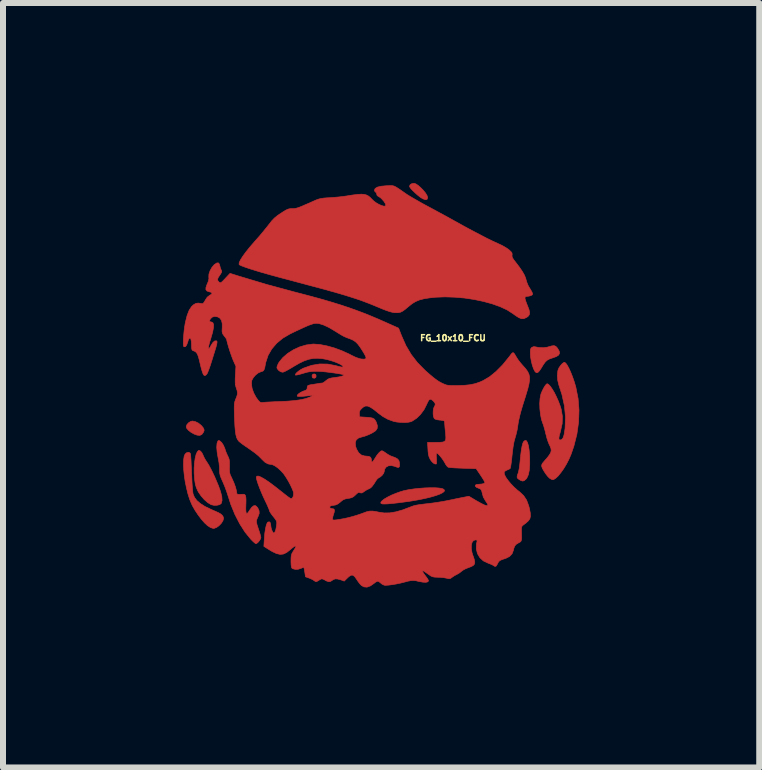
<source format=kicad_pcb>
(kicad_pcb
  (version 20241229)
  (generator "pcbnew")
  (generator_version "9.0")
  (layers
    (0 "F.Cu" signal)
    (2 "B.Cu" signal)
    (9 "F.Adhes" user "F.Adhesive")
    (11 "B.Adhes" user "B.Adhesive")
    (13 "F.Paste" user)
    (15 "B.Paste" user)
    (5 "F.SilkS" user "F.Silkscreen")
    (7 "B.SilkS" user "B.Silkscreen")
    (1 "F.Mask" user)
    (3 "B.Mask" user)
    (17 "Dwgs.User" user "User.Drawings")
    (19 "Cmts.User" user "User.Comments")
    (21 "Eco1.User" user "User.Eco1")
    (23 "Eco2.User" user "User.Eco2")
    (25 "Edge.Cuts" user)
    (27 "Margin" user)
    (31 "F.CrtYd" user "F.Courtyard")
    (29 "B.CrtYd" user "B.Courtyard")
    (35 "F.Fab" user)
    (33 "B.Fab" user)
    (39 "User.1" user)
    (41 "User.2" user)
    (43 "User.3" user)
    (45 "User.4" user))
  (footprint "FG_10x10_FCU"
    (layer "F.Cu")
    (at 3.254 4.437)
    (property "Reference" "FG_10x10_FCU" (at 1.245 -1.854 0) (layer "F.SilkS") (effects (font (size 0.1 0.1) (thickness 0.025))))
    (attr through_hole)
    (fp_poly (pts (xy -1.041 -1.244) (xy -1.035 -1.219) (xy -1.042 -1.193) (xy -1.064 -1.183) (xy -1.09 -1.188) (xy -1.1 -1.199) (xy -1.103 -1.231) (xy -1.088 -1.251) (xy -1.064 -1.255) (xy -1.041 -1.244)) (stroke (width 0.01) (type solid)) (fill yes) (layer "F.Cu"))
    (fp_poly (pts (xy -3.049 -0.46) (xy -2.998 -0.435) (xy -2.952 -0.399) (xy -2.921 -0.363) (xy -2.905 -0.333) (xy -2.902 -0.311) (xy -2.911 -0.287) (xy -2.914 -0.282) (xy -2.94 -0.246) (xy -2.975 -0.23) (xy -3.02 -0.235) (xy -3.067 -0.252) (xy -3.121 -0.282) (xy -3.164 -0.316) (xy -3.192 -0.349) (xy -3.2 -0.374) (xy -3.189 -0.409) (xy -3.161 -0.441) (xy -3.124 -0.464) (xy -3.095 -0.47) (xy -3.049 -0.46)) (stroke (width 0.01) (type solid)) (fill yes) (layer "F.Cu"))
    (fp_poly (pts (xy 0.625 -4.423) (xy 0.665 -4.397) (xy 0.708 -4.359) (xy 0.75 -4.316) (xy 0.787 -4.271) (xy 0.813 -4.229) (xy 0.823 -4.195) (xy 0.823 -4.189) (xy 0.813 -4.164) (xy 0.789 -4.158) (xy 0.75 -4.171) (xy 0.734 -4.179) (xy 0.699 -4.201) (xy 0.658 -4.234) (xy 0.615 -4.272) (xy 0.575 -4.31) (xy 0.543 -4.345) (xy 0.524 -4.372) (xy 0.521 -4.383) (xy 0.532 -4.408) (xy 0.56 -4.426) (xy 0.594 -4.432) (xy 0.625 -4.423)) (stroke (width 0.01) (type solid)) (fill yes) (layer "F.Cu"))
    (fp_poly (pts (xy 2.47 -0.141) (xy 2.488 -0.11) (xy 2.503 -0.058) (xy 2.515 0.017) (xy 2.523 0.111) (xy 2.524 0.134) (xy 2.525 0.251) (xy 2.518 0.348) (xy 2.502 0.425) (xy 2.477 0.48) (xy 2.463 0.498) (xy 2.433 0.524) (xy 2.407 0.531) (xy 2.375 0.521) (xy 2.353 0.508) (xy 2.325 0.488) (xy 2.314 0.466) (xy 2.318 0.436) (xy 2.331 0.401) (xy 2.34 0.369) (xy 2.35 0.319) (xy 2.358 0.259) (xy 2.363 0.212) (xy 2.374 0.101) (xy 2.385 0.014) (xy 2.397 -0.052) (xy 2.409 -0.098) (xy 2.423 -0.127) (xy 2.425 -0.13) (xy 2.449 -0.147) (xy 2.47 -0.141)) (stroke (width 0.01) (type solid)) (fill yes) (layer "F.Cu"))
    (fp_poly (pts (xy 0.945 0.642) (xy 1.013 0.647) (xy 1.063 0.655) (xy 1.083 0.663) (xy 1.104 0.681) (xy 1.101 0.701) (xy 1.076 0.723) (xy 1.031 0.746) (xy 0.967 0.77) (xy 0.887 0.794) (xy 0.79 0.818) (xy 0.681 0.841) (xy 0.559 0.862) (xy 0.426 0.881) (xy 0.318 0.895) (xy 0.226 0.905) (xy 0.157 0.911) (xy 0.107 0.913) (xy 0.073 0.912) (xy 0.053 0.907) (xy 0.043 0.899) (xy 0.045 0.88) (xy 0.068 0.855) (xy 0.107 0.826) (xy 0.161 0.795) (xy 0.224 0.764) (xy 0.294 0.735) (xy 0.367 0.709) (xy 0.427 0.691) (xy 0.503 0.675) (xy 0.59 0.662) (xy 0.682 0.652) (xy 0.775 0.645) (xy 0.864 0.642) (xy 0.945 0.642)) (stroke (width 0.01) (type solid)) (fill yes) (layer "F.Cu"))
    (fp_poly (pts (xy 2.959 -1.715) (xy 2.983 -1.69) (xy 2.99 -1.68) (xy 3.016 -1.635) (xy 3.022 -1.599) (xy 3.007 -1.57) (xy 2.97 -1.545) (xy 2.909 -1.523) (xy 2.894 -1.518) (xy 2.849 -1.502) (xy 2.812 -1.481) (xy 2.78 -1.449) (xy 2.747 -1.402) (xy 2.72 -1.357) (xy 2.687 -1.307) (xy 2.661 -1.28) (xy 2.639 -1.274) (xy 2.617 -1.289) (xy 2.611 -1.298) (xy 2.589 -1.34) (xy 2.568 -1.4) (xy 2.551 -1.468) (xy 2.539 -1.537) (xy 2.535 -1.59) (xy 2.535 -1.639) (xy 2.539 -1.669) (xy 2.549 -1.687) (xy 2.559 -1.697) (xy 2.589 -1.709) (xy 2.61 -1.708) (xy 2.679 -1.695) (xy 2.752 -1.692) (xy 2.819 -1.701) (xy 2.839 -1.707) (xy 2.893 -1.722) (xy 2.931 -1.726) (xy 2.959 -1.715)) (stroke (width 0.01) (type solid)) (fill yes) (layer "F.Cu"))
    (fp_poly (pts (xy -2.978 0.022) (xy -2.963 0.031) (xy -2.941 0.056) (xy -2.922 0.092) (xy -2.92 0.098) (xy -2.903 0.136) (xy -2.878 0.181) (xy -2.863 0.203) (xy -2.822 0.268) (xy -2.776 0.355) (xy -2.726 0.46) (xy -2.676 0.578) (xy -2.662 0.611) (xy -2.627 0.71) (xy -2.607 0.791) (xy -2.603 0.853) (xy -2.614 0.898) (xy -2.62 0.907) (xy -2.647 0.925) (xy -2.688 0.934) (xy -2.737 0.935) (xy -2.782 0.925) (xy -2.791 0.921) (xy -2.843 0.889) (xy -2.898 0.841) (xy -2.95 0.782) (xy -2.994 0.719) (xy -3.009 0.692) (xy -3.032 0.639) (xy -3.048 0.586) (xy -3.058 0.522) (xy -3.062 0.486) (xy -3.068 0.398) (xy -3.068 0.31) (xy -3.062 0.225) (xy -3.051 0.149) (xy -3.036 0.087) (xy -3.017 0.045) (xy -3.012 0.038) (xy -2.994 0.02) (xy -2.978 0.022)) (stroke (width 0.01) (type solid)) (fill yes) (layer "F.Cu"))
    (fp_poly (pts (xy -3.14 0.06) (xy -3.131 0.073) (xy -3.127 0.092) (xy -3.124 0.132) (xy -3.12 0.19) (xy -3.117 0.261) (xy -3.113 0.343) (xy -3.111 0.394) (xy -3.107 0.482) (xy -3.103 0.564) (xy -3.098 0.637) (xy -3.093 0.695) (xy -3.088 0.734) (xy -3.086 0.746) (xy -3.062 0.803) (xy -3.022 0.856) (xy -2.965 0.905) (xy -2.888 0.954) (xy -2.788 1.002) (xy -2.729 1.028) (xy -2.662 1.058) (xy -2.617 1.085) (xy -2.59 1.113) (xy -2.579 1.143) (xy -2.578 1.156) (xy -2.589 1.193) (xy -2.616 1.235) (xy -2.654 1.274) (xy -2.695 1.304) (xy -2.735 1.319) (xy -2.746 1.32) (xy -2.768 1.315) (xy -2.8 1.303) (xy -2.8 1.303) (xy -2.843 1.275) (xy -2.893 1.229) (xy -2.946 1.169) (xy -3 1.098) (xy -3.051 1.022) (xy -3.096 0.944) (xy -3.112 0.91) (xy -3.144 0.833) (xy -3.172 0.743) (xy -3.196 0.645) (xy -3.217 0.544) (xy -3.232 0.442) (xy -3.242 0.345) (xy -3.246 0.256) (xy -3.244 0.18) (xy -3.235 0.119) (xy -3.22 0.082) (xy -3.195 0.059) (xy -3.165 0.051) (xy -3.14 0.06)) (stroke (width 0.01) (type solid)) (fill yes) (layer "F.Cu"))
    (fp_poly (pts (xy -2.641 -0.139) (xy -2.61 -0.112) (xy -2.58 -0.066) (xy -2.556 -0.01) (xy -2.551 0.006) (xy -2.537 0.048) (xy -2.516 0.096) (xy -2.507 0.114) (xy -2.492 0.147) (xy -2.483 0.178) (xy -2.479 0.217) (xy -2.479 0.27) (xy -2.479 0.287) (xy -2.48 0.344) (xy -2.477 0.384) (xy -2.47 0.417) (xy -2.455 0.451) (xy -2.443 0.476) (xy -2.408 0.553) (xy -2.38 0.628) (xy -2.363 0.694) (xy -2.36 0.718) (xy -2.356 0.74) (xy -2.347 0.75) (xy -2.326 0.753) (xy -2.289 0.752) (xy -2.25 0.75) (xy -2.228 0.754) (xy -2.216 0.767) (xy -2.211 0.779) (xy -2.206 0.806) (xy -2.204 0.85) (xy -2.205 0.903) (xy -2.206 0.924) (xy -2.208 0.985) (xy -2.206 1.032) (xy -2.201 1.06) (xy -2.2 1.061) (xy -2.192 1.071) (xy -2.181 1.068) (xy -2.165 1.049) (xy -2.141 1.012) (xy -2.105 0.964) (xy -2.073 0.941) (xy -2.044 0.941) (xy -2.017 0.966) (xy -2.006 0.981) (xy -1.986 1.027) (xy -1.984 1.07) (xy -2.002 1.12) (xy -2.007 1.13) (xy -2.021 1.162) (xy -2.029 1.189) (xy -2.029 1.218) (xy -2.021 1.256) (xy -2.004 1.308) (xy -1.994 1.338) (xy -1.977 1.389) (xy -1.964 1.434) (xy -1.957 1.465) (xy -1.956 1.472) (xy -1.964 1.498) (xy -1.984 1.529) (xy -2.008 1.557) (xy -2.031 1.573) (xy -2.038 1.575) (xy -2.054 1.566) (xy -2.081 1.543) (xy -2.115 1.509) (xy -2.125 1.499) (xy -2.22 1.382) (xy -2.308 1.244) (xy -2.388 1.089) (xy -2.457 0.921) (xy -2.502 0.781) (xy -2.525 0.71) (xy -2.553 0.633) (xy -2.583 0.561) (xy -2.593 0.538) (xy -2.618 0.482) (xy -2.634 0.439) (xy -2.642 0.402) (xy -2.645 0.362) (xy -2.645 0.343) (xy -2.647 0.29) (xy -2.654 0.225) (xy -2.665 0.161) (xy -2.668 0.149) (xy -2.685 0.051) (xy -2.692 -0.032) (xy -2.687 -0.096) (xy -2.68 -0.12) (xy -2.668 -0.143) (xy -2.653 -0.145) (xy -2.641 -0.139)) (stroke (width 0.01) (type solid)) (fill yes) (layer "F.Cu"))
    (fp_poly (pts (xy 3.124 -1.436) (xy 3.148 -1.403) (xy 3.176 -1.353) (xy 3.206 -1.288) (xy 3.236 -1.213) (xy 3.265 -1.13) (xy 3.291 -1.043) (xy 3.295 -1.026) (xy 3.331 -0.842) (xy 3.346 -0.649) (xy 3.339 -0.451) (xy 3.311 -0.251) (xy 3.261 -0.053) (xy 3.214 0.084) (xy 3.179 0.166) (xy 3.138 0.246) (xy 3.093 0.321) (xy 3.046 0.387) (xy 3.001 0.443) (xy 2.959 0.483) (xy 2.924 0.505) (xy 2.909 0.508) (xy 2.883 0.5) (xy 2.855 0.483) (xy 2.826 0.454) (xy 2.792 0.411) (xy 2.761 0.363) (xy 2.736 0.319) (xy 2.725 0.289) (xy 2.724 0.264) (xy 2.734 0.239) (xy 2.76 0.207) (xy 2.766 0.2) (xy 2.818 0.14) (xy 2.854 0.093) (xy 2.875 0.055) (xy 2.883 0.021) (xy 2.878 -0.014) (xy 2.862 -0.054) (xy 2.85 -0.078) (xy 2.832 -0.121) (xy 2.813 -0.178) (xy 2.797 -0.24) (xy 2.792 -0.258) (xy 2.778 -0.317) (xy 2.762 -0.374) (xy 2.748 -0.418) (xy 2.743 -0.429) (xy 2.72 -0.497) (xy 2.704 -0.581) (xy 2.694 -0.672) (xy 2.691 -0.763) (xy 2.697 -0.846) (xy 2.71 -0.914) (xy 2.712 -0.921) (xy 2.731 -0.967) (xy 2.754 -1.014) (xy 2.778 -1.054) (xy 2.8 -1.082) (xy 2.815 -1.092) (xy 2.838 -1.081) (xy 2.868 -1.049) (xy 2.901 -1.001) (xy 2.937 -0.941) (xy 2.971 -0.871) (xy 3.004 -0.797) (xy 3.032 -0.722) (xy 3.049 -0.667) (xy 3.069 -0.549) (xy 3.066 -0.428) (xy 3.038 -0.301) (xy 3.036 -0.292) (xy 3.018 -0.23) (xy 3.011 -0.188) (xy 3.013 -0.164) (xy 3.026 -0.154) (xy 3.038 -0.155) (xy 3.062 -0.165) (xy 3.081 -0.191) (xy 3.096 -0.236) (xy 3.107 -0.301) (xy 3.114 -0.351) (xy 3.121 -0.532) (xy 3.104 -0.719) (xy 3.062 -0.91) (xy 3.011 -1.067) (xy 2.992 -1.144) (xy 2.985 -1.227) (xy 2.993 -1.304) (xy 2.997 -1.321) (xy 3.013 -1.358) (xy 3.039 -1.395) (xy 3.067 -1.427) (xy 3.094 -1.446) (xy 3.104 -1.448) (xy 3.124 -1.436)) (stroke (width 0.01) (type solid)) (fill yes) (layer "F.Cu"))
    (fp_poly (pts (xy 0.239 -4.392) (xy 0.264 -4.386) (xy 0.291 -4.373) (xy 0.325 -4.352) (xy 0.37 -4.322) (xy 0.43 -4.28) (xy 0.461 -4.258) (xy 0.501 -4.232) (xy 0.559 -4.197) (xy 0.629 -4.157) (xy 0.707 -4.112) (xy 0.789 -4.067) (xy 0.821 -4.05) (xy 0.914 -4) (xy 1.015 -3.945) (xy 1.117 -3.89) (xy 1.213 -3.837) (xy 1.294 -3.792) (xy 1.302 -3.788) (xy 1.436 -3.713) (xy 1.567 -3.643) (xy 1.691 -3.578) (xy 1.804 -3.519) (xy 1.904 -3.47) (xy 1.987 -3.432) (xy 2.011 -3.421) (xy 2.068 -3.394) (xy 2.124 -3.362) (xy 2.169 -3.332) (xy 2.18 -3.323) (xy 2.213 -3.292) (xy 2.229 -3.27) (xy 2.232 -3.248) (xy 2.23 -3.237) (xy 2.23 -3.214) (xy 2.238 -3.19) (xy 2.259 -3.157) (xy 2.287 -3.121) (xy 2.354 -3.033) (xy 2.404 -2.959) (xy 2.439 -2.897) (xy 2.459 -2.845) (xy 2.463 -2.828) (xy 2.478 -2.778) (xy 2.499 -2.728) (xy 2.508 -2.711) (xy 2.54 -2.659) (xy 2.56 -2.623) (xy 2.57 -2.6) (xy 2.573 -2.586) (xy 2.569 -2.577) (xy 2.565 -2.572) (xy 2.544 -2.56) (xy 2.509 -2.551) (xy 2.498 -2.55) (xy 2.464 -2.546) (xy 2.449 -2.537) (xy 2.446 -2.519) (xy 2.446 -2.515) (xy 2.452 -2.488) (xy 2.466 -2.447) (xy 2.485 -2.398) (xy 2.49 -2.386) (xy 2.514 -2.323) (xy 2.523 -2.275) (xy 2.517 -2.24) (xy 2.495 -2.212) (xy 2.473 -2.197) (xy 2.427 -2.176) (xy 2.385 -2.176) (xy 2.343 -2.193) (xy 2.312 -2.212) (xy 2.271 -2.24) (xy 2.241 -2.262) (xy 2.147 -2.322) (xy 2.031 -2.376) (xy 1.899 -2.423) (xy 1.753 -2.463) (xy 1.597 -2.496) (xy 1.436 -2.52) (xy 1.273 -2.534) (xy 1.111 -2.539) (xy 0.955 -2.533) (xy 0.86 -2.523) (xy 0.764 -2.508) (xy 0.687 -2.488) (xy 0.622 -2.461) (xy 0.562 -2.424) (xy 0.502 -2.376) (xy 0.447 -2.33) (xy 0.405 -2.3) (xy 0.367 -2.282) (xy 0.329 -2.275) (xy 0.284 -2.276) (xy 0.273 -2.276) (xy 0.235 -2.282) (xy 0.189 -2.294) (xy 0.133 -2.313) (xy 0.061 -2.341) (xy -0.013 -2.372) (xy -0.085 -2.402) (xy -0.155 -2.43) (xy -0.226 -2.457) (xy -0.298 -2.484) (xy -0.376 -2.51) (xy -0.46 -2.537) (xy -0.553 -2.566) (xy -0.657 -2.597) (xy -0.774 -2.63) (xy -0.906 -2.667) (xy -1.056 -2.707) (xy -1.225 -2.752) (xy -1.415 -2.803) (xy -1.505 -2.827) (xy -1.66 -2.868) (xy -1.802 -2.907) (xy -1.93 -2.943) (xy -2.043 -2.977) (xy -2.139 -3.007) (xy -2.216 -3.033) (xy -2.273 -3.054) (xy -2.308 -3.07) (xy -2.319 -3.079) (xy -2.318 -3.107) (xy -2.298 -3.152) (xy -2.261 -3.211) (xy -2.209 -3.283) (xy -2.14 -3.369) (xy -2.057 -3.465) (xy -2.033 -3.492) (xy -1.979 -3.553) (xy -1.923 -3.62) (xy -1.871 -3.684) (xy -1.829 -3.737) (xy -1.822 -3.746) (xy -1.774 -3.807) (xy -1.73 -3.853) (xy -1.681 -3.893) (xy -1.642 -3.92) (xy -1.585 -3.957) (xy -1.544 -3.982) (xy -1.513 -3.998) (xy -1.487 -4.006) (xy -1.46 -4.01) (xy -1.428 -4.01) (xy -1.404 -4.011) (xy -1.381 -4.014) (xy -1.354 -4.02) (xy -1.32 -4.031) (xy -1.277 -4.048) (xy -1.22 -4.073) (xy -1.145 -4.105) (xy -1.079 -4.135) (xy -1.033 -4.155) (xy -0.994 -4.169) (xy -0.956 -4.178) (xy -0.912 -4.185) (xy -0.854 -4.19) (xy -0.806 -4.192) (xy -0.73 -4.198) (xy -0.65 -4.205) (xy -0.577 -4.214) (xy -0.527 -4.221) (xy -0.425 -4.237) (xy -0.344 -4.247) (xy -0.281 -4.251) (xy -0.232 -4.247) (xy -0.193 -4.236) (xy -0.16 -4.218) (xy -0.129 -4.191) (xy -0.113 -4.174) (xy -0.076 -4.138) (xy -0.033 -4.106) (xy 0.013 -4.08) (xy 0.056 -4.061) (xy 0.093 -4.051) (xy 0.118 -4.053) (xy 0.127 -4.068) (xy 0.118 -4.094) (xy 0.096 -4.129) (xy 0.066 -4.164) (xy 0.035 -4.194) (xy 0.011 -4.208) (xy -0.018 -4.227) (xy -0.025 -4.25) (xy -0.033 -4.275) (xy -0.044 -4.284) (xy -0.06 -4.302) (xy -0.064 -4.317) (xy -0.051 -4.346) (xy -0.015 -4.368) (xy 0.046 -4.383) (xy 0.13 -4.391) (xy 0.14 -4.391) (xy 0.181 -4.393) (xy 0.213 -4.394) (xy 0.239 -4.392)) (stroke (width 0.01) (type solid)) (fill yes) (layer "F.Cu"))
    (fp_poly (pts (xy -2.647 -3.084) (xy -2.641 -3.061) (xy -2.631 -3.021) (xy -2.617 -2.986) (xy -2.617 -2.986) (xy -2.609 -2.966) (xy -2.612 -2.947) (xy -2.628 -2.92) (xy -2.64 -2.902) (xy -2.668 -2.86) (xy -2.678 -2.831) (xy -2.672 -2.807) (xy -2.654 -2.787) (xy -2.641 -2.777) (xy -2.629 -2.774) (xy -2.614 -2.782) (xy -2.59 -2.804) (xy -2.555 -2.84) (xy -2.549 -2.847) (xy -2.47 -2.931) (xy -2.33 -2.887) (xy -1.853 -2.744) (xy -1.397 -2.621) (xy -1.175 -2.563) (xy -0.975 -2.509) (xy -0.793 -2.456) (xy -0.624 -2.404) (xy -0.466 -2.351) (xy -0.315 -2.296) (xy -0.167 -2.239) (xy -0.019 -2.177) (xy 0.127 -2.113) (xy 0.339 -2.018) (xy 0.387 -1.895) (xy 0.461 -1.728) (xy 0.549 -1.579) (xy 0.653 -1.444) (xy 0.778 -1.317) (xy 0.792 -1.304) (xy 0.863 -1.242) (xy 0.92 -1.194) (xy 0.968 -1.158) (xy 1.01 -1.129) (xy 1.053 -1.106) (xy 1.075 -1.095) (xy 1.107 -1.081) (xy 1.135 -1.071) (xy 1.166 -1.065) (xy 1.205 -1.062) (xy 1.258 -1.061) (xy 1.321 -1.061) (xy 1.435 -1.065) (xy 1.531 -1.075) (xy 1.616 -1.093) (xy 1.697 -1.121) (xy 1.748 -1.144) (xy 1.855 -1.207) (xy 1.963 -1.295) (xy 2.074 -1.407) (xy 2.185 -1.544) (xy 2.191 -1.552) (xy 2.219 -1.589) (xy 2.238 -1.608) (xy 2.254 -1.608) (xy 2.271 -1.589) (xy 2.295 -1.549) (xy 2.305 -1.531) (xy 2.331 -1.491) (xy 2.368 -1.443) (xy 2.409 -1.395) (xy 2.416 -1.388) (xy 2.459 -1.339) (xy 2.49 -1.295) (xy 2.511 -1.252) (xy 2.522 -1.206) (xy 2.522 -1.152) (xy 2.512 -1.088) (xy 2.493 -1.009) (xy 2.464 -0.912) (xy 2.451 -0.869) (xy 2.414 -0.753) (xy 2.385 -0.657) (xy 2.363 -0.576) (xy 2.347 -0.507) (xy 2.334 -0.444) (xy 2.325 -0.385) (xy 2.325 -0.381) (xy 2.314 -0.316) (xy 2.297 -0.245) (xy 2.281 -0.189) (xy 2.263 -0.124) (xy 2.248 -0.041) (xy 2.235 0.063) (xy 2.23 0.107) (xy 2.223 0.176) (xy 2.215 0.237) (xy 2.208 0.285) (xy 2.201 0.315) (xy 2.198 0.322) (xy 2.177 0.335) (xy 2.145 0.348) (xy 2.143 0.349) (xy 2.109 0.368) (xy 2.098 0.39) (xy 2.104 0.422) (xy 2.126 0.467) (xy 2.163 0.519) (xy 2.21 0.576) (xy 2.264 0.632) (xy 2.323 0.685) (xy 2.359 0.713) (xy 2.423 0.773) (xy 2.472 0.847) (xy 2.507 0.94) (xy 2.521 0.992) (xy 2.534 1.063) (xy 2.537 1.117) (xy 2.527 1.159) (xy 2.501 1.195) (xy 2.458 1.233) (xy 2.419 1.262) (xy 2.402 1.276) (xy 2.392 1.291) (xy 2.388 1.316) (xy 2.387 1.355) (xy 2.388 1.383) (xy 2.389 1.447) (xy 2.389 1.49) (xy 2.385 1.518) (xy 2.377 1.536) (xy 2.362 1.549) (xy 2.34 1.56) (xy 2.337 1.562) (xy 2.298 1.586) (xy 2.274 1.615) (xy 2.259 1.656) (xy 2.254 1.681) (xy 2.231 1.741) (xy 2.189 1.787) (xy 2.126 1.819) (xy 2.11 1.824) (xy 2.059 1.841) (xy 2.025 1.857) (xy 2.004 1.879) (xy 1.987 1.911) (xy 1.985 1.915) (xy 1.967 1.946) (xy 1.946 1.954) (xy 1.92 1.939) (xy 1.919 1.938) (xy 1.896 1.925) (xy 1.858 1.909) (xy 1.829 1.898) (xy 1.753 1.862) (xy 1.694 1.808) (xy 1.654 1.741) (xy 1.634 1.664) (xy 1.636 1.58) (xy 1.646 1.54) (xy 1.648 1.519) (xy 1.633 1.512) (xy 1.621 1.511) (xy 1.587 1.522) (xy 1.564 1.553) (xy 1.552 1.599) (xy 1.551 1.658) (xy 1.563 1.724) (xy 1.576 1.765) (xy 1.599 1.832) (xy 1.609 1.88) (xy 1.604 1.914) (xy 1.582 1.939) (xy 1.543 1.959) (xy 1.499 1.975) (xy 1.452 1.994) (xy 1.409 2.018) (xy 1.391 2.032) (xy 1.353 2.062) (xy 1.312 2.086) (xy 1.308 2.088) (xy 1.267 2.11) (xy 1.23 2.135) (xy 1.229 2.136) (xy 1.205 2.153) (xy 1.183 2.158) (xy 1.152 2.153) (xy 1.136 2.149) (xy 1.092 2.141) (xy 1.037 2.135) (xy 0.992 2.134) (xy 0.942 2.132) (xy 0.908 2.126) (xy 0.877 2.113) (xy 0.843 2.089) (xy 0.805 2.063) (xy 0.774 2.041) (xy 0.759 2.032) (xy 0.74 2.025) (xy 0.738 2.035) (xy 0.751 2.061) (xy 0.779 2.1) (xy 0.787 2.111) (xy 0.814 2.147) (xy 0.832 2.177) (xy 0.838 2.192) (xy 0.827 2.21) (xy 0.795 2.218) (xy 0.746 2.216) (xy 0.682 2.205) (xy 0.678 2.204) (xy 0.628 2.192) (xy 0.586 2.188) (xy 0.545 2.19) (xy 0.496 2.199) (xy 0.432 2.216) (xy 0.369 2.232) (xy 0.301 2.246) (xy 0.234 2.257) (xy 0.174 2.265) (xy 0.127 2.268) (xy 0.102 2.267) (xy 0.068 2.252) (xy 0.037 2.228) (xy 0.01 2.205) (xy -0.014 2.2) (xy -0.042 2.214) (xy -0.066 2.233) (xy -0.13 2.278) (xy -0.188 2.299) (xy -0.24 2.294) (xy -0.281 2.27) (xy -0.306 2.244) (xy -0.336 2.205) (xy -0.36 2.169) (xy -0.393 2.122) (xy -0.422 2.1) (xy -0.452 2.1) (xy -0.487 2.121) (xy -0.515 2.147) (xy -0.567 2.198) (xy -0.621 2.178) (xy -0.677 2.163) (xy -0.718 2.161) (xy -0.752 2.175) (xy -0.765 2.184) (xy -0.797 2.204) (xy -0.827 2.208) (xy -0.864 2.195) (xy -0.889 2.181) (xy -0.923 2.164) (xy -0.945 2.161) (xy -0.965 2.169) (xy -0.997 2.189) (xy -1.015 2.2) (xy -1.038 2.208) (xy -1.059 2.197) (xy -1.065 2.193) (xy -1.091 2.175) (xy -1.131 2.156) (xy -1.151 2.148) (xy -1.213 2.126) (xy -1.224 2.051) (xy -1.231 2.01) (xy -1.237 1.98) (xy -1.24 1.97) (xy -1.252 1.972) (xy -1.279 1.982) (xy -1.29 1.987) (xy -1.336 2.001) (xy -1.384 2.002) (xy -1.424 1.992) (xy -1.44 1.981) (xy -1.447 1.962) (xy -1.452 1.925) (xy -1.454 1.876) (xy -1.454 1.863) (xy -1.453 1.809) (xy -1.449 1.771) (xy -1.44 1.741) (xy -1.423 1.71) (xy -1.413 1.694) (xy -1.391 1.659) (xy -1.376 1.632) (xy -1.372 1.621) (xy -1.38 1.612) (xy -1.403 1.623) (xy -1.441 1.652) (xy -1.469 1.676) (xy -1.526 1.721) (xy -1.58 1.747) (xy -1.635 1.753) (xy -1.696 1.739) (xy -1.766 1.706) (xy -1.808 1.681) (xy -1.906 1.619) (xy -1.899 1.499) (xy -1.891 1.402) (xy -1.879 1.323) (xy -1.865 1.263) (xy -1.849 1.225) (xy -1.838 1.214) (xy -1.814 1.21) (xy -1.798 1.228) (xy -1.791 1.266) (xy -1.791 1.274) (xy -1.786 1.308) (xy -1.775 1.346) (xy -1.76 1.378) (xy -1.745 1.396) (xy -1.74 1.397) (xy -1.725 1.385) (xy -1.71 1.351) (xy -1.699 1.298) (xy -1.694 1.266) (xy -1.691 1.233) (xy -1.693 1.208) (xy -1.703 1.184) (xy -1.724 1.154) (xy -1.751 1.12) (xy -1.782 1.08) (xy -1.805 1.044) (xy -1.816 1.021) (xy -1.816 1.017) (xy -1.822 0.997) (xy -1.833 0.969) (xy -0.81 0.969) (xy -0.796 0.984) (xy -0.767 0.991) (xy -0.74 0.996) (xy -0.729 1.015) (xy -0.734 1.051) (xy -0.743 1.078) (xy -0.755 1.118) (xy -0.761 1.151) (xy -0.762 1.159) (xy -0.76 1.173) (xy -0.75 1.179) (xy -0.726 1.18) (xy -0.687 1.176) (xy -0.641 1.169) (xy -0.58 1.158) (xy -0.515 1.144) (xy -0.486 1.137) (xy -0.418 1.119) (xy -0.346 1.097) (xy -0.281 1.075) (xy -0.262 1.068) (xy -0.198 1.044) (xy -0.145 1.032) (xy -0.093 1.031) (xy -0.033 1.04) (xy 0.009 1.049) (xy 0.098 1.062) (xy 0.191 1.061) (xy 0.293 1.044) (xy 0.406 1.012) (xy 0.535 0.963) (xy 0.54 0.961) (xy 0.583 0.945) (xy 0.636 0.932) (xy 0.703 0.921) (xy 0.788 0.911) (xy 0.806 0.909) (xy 0.891 0.899) (xy 0.982 0.886) (xy 1.07 0.872) (xy 1.144 0.858) (xy 1.149 0.857) (xy 1.222 0.842) (xy 1.297 0.826) (xy 1.366 0.812) (xy 1.406 0.804) (xy 1.511 0.784) (xy 1.642 0.862) (xy 1.716 0.903) (xy 1.771 0.93) (xy 1.808 0.94) (xy 1.826 0.936) (xy 1.824 0.916) (xy 1.802 0.881) (xy 1.789 0.863) (xy 1.752 0.799) (xy 1.735 0.74) (xy 1.725 0.698) (xy 1.714 0.674) (xy 1.697 0.66) (xy 1.679 0.653) (xy 1.637 0.635) (xy 1.617 0.615) (xy 1.619 0.598) (xy 1.643 0.587) (xy 1.674 0.584) (xy 1.726 0.58) (xy 1.762 0.571) (xy 1.777 0.557) (xy 1.778 0.554) (xy 1.771 0.538) (xy 1.753 0.506) (xy 1.726 0.464) (xy 1.705 0.432) (xy 1.632 0.324) (xy 1.41 0.317) (xy 1.336 0.314) (xy 1.269 0.311) (xy 1.216 0.307) (xy 1.179 0.303) (xy 1.165 0.3) (xy 1.146 0.283) (xy 1.123 0.251) (xy 1.112 0.23) (xy 1.088 0.19) (xy 1.058 0.147) (xy 1.027 0.109) (xy 0.999 0.079) (xy 0.979 0.064) (xy 0.975 0.064) (xy 0.968 0.076) (xy 0.967 0.112) (xy 0.97 0.152) (xy 0.972 0.196) (xy 0.972 0.23) (xy 0.968 0.246) (xy 0.968 0.246) (xy 0.945 0.246) (xy 0.916 0.229) (xy 0.886 0.198) (xy 0.864 0.165) (xy 0.847 0.128) (xy 0.836 0.086) (xy 0.83 0.032) (xy 0.828 -0.003) (xy 0.822 -0.114) (xy 0.955 -0.114) (xy 1.026 -0.115) (xy 1.075 -0.119) (xy 1.106 -0.13) (xy 1.122 -0.152) (xy 1.127 -0.188) (xy 1.124 -0.244) (xy 1.119 -0.294) (xy 1.113 -0.354) (xy 1.109 -0.405) (xy 1.106 -0.443) (xy 1.105 -0.46) (xy 1.099 -0.472) (xy 1.077 -0.479) (xy 1.036 -0.485) (xy 1.027 -0.485) (xy 0.976 -0.492) (xy 0.945 -0.503) (xy 0.932 -0.515) (xy 0.92 -0.545) (xy 0.915 -0.59) (xy 0.916 -0.639) (xy 0.923 -0.682) (xy 0.933 -0.706) (xy 0.95 -0.738) (xy 0.946 -0.768) (xy 0.92 -0.801) (xy 0.914 -0.807) (xy 0.886 -0.829) (xy 0.863 -0.833) (xy 0.843 -0.817) (xy 0.822 -0.78) (xy 0.807 -0.746) (xy 0.763 -0.659) (xy 0.705 -0.581) (xy 0.639 -0.516) (xy 0.569 -0.47) (xy 0.542 -0.458) (xy 0.499 -0.449) (xy 0.44 -0.445) (xy 0.374 -0.447) (xy 0.309 -0.453) (xy 0.254 -0.465) (xy 0.253 -0.465) (xy 0.16 -0.499) (xy 0.076 -0.546) (xy -0.009 -0.609) (xy -0.014 -0.614) (xy -0.08 -0.667) (xy -0.133 -0.701) (xy -0.175 -0.719) (xy -0.212 -0.72) (xy -0.245 -0.705) (xy -0.275 -0.68) (xy -0.303 -0.649) (xy -0.314 -0.622) (xy -0.315 -0.588) (xy -0.315 -0.588) (xy -0.311 -0.54) (xy -0.202 -0.533) (xy -0.14 -0.528) (xy -0.098 -0.52) (xy -0.069 -0.505) (xy -0.049 -0.481) (xy -0.033 -0.452) (xy -0.014 -0.393) (xy -0.018 -0.345) (xy -0.043 -0.308) (xy -0.046 -0.306) (xy -0.095 -0.274) (xy -0.158 -0.243) (xy -0.223 -0.218) (xy -0.275 -0.204) (xy -0.332 -0.185) (xy -0.368 -0.153) (xy -0.383 -0.107) (xy -0.377 -0.048) (xy -0.362 -0.003) (xy -0.327 0.058) (xy -0.281 0.097) (xy -0.222 0.114) (xy -0.205 0.114) (xy -0.156 0.119) (xy -0.127 0.134) (xy -0.115 0.163) (xy -0.114 0.18) (xy -0.111 0.208) (xy -0.099 0.213) (xy -0.081 0.193) (xy -0.057 0.156) (xy -0.023 0.102) (xy 0.011 0.06) (xy 0.041 0.033) (xy 0.061 0.025) (xy 0.081 0.033) (xy 0.111 0.052) (xy 0.127 0.064) (xy 0.166 0.09) (xy 0.206 0.111) (xy 0.218 0.116) (xy 0.279 0.138) (xy 0.319 0.16) (xy 0.343 0.186) (xy 0.353 0.221) (xy 0.356 0.261) (xy 0.353 0.29) (xy 0.341 0.303) (xy 0.316 0.301) (xy 0.273 0.285) (xy 0.273 0.285) (xy 0.218 0.272) (xy 0.169 0.277) (xy 0.131 0.298) (xy 0.107 0.333) (xy 0.102 0.363) (xy 0.092 0.397) (xy 0.067 0.433) (xy 0.034 0.462) (xy 0.018 0.47) (xy -0.01 0.489) (xy -0.033 0.517) (xy -0.07 0.576) (xy -0.099 0.616) (xy -0.123 0.641) (xy -0.145 0.656) (xy -0.154 0.659) (xy -0.188 0.675) (xy -0.226 0.699) (xy -0.234 0.705) (xy -0.265 0.726) (xy -0.287 0.73) (xy -0.303 0.725) (xy -0.321 0.719) (xy -0.34 0.726) (xy -0.365 0.748) (xy -0.378 0.761) (xy -0.412 0.791) (xy -0.444 0.808) (xy -0.486 0.818) (xy -0.502 0.82) (xy -0.551 0.829) (xy -0.588 0.845) (xy -0.625 0.874) (xy -0.63 0.879) (xy -0.672 0.912) (xy -0.71 0.929) (xy -0.738 0.934) (xy -0.774 0.939) (xy -0.799 0.948) (xy -0.803 0.951) (xy -0.81 0.969) (xy -1.833 0.969) (xy -1.837 0.961) (xy -1.859 0.912) (xy -1.886 0.856) (xy -1.886 0.856) (xy -1.918 0.788) (xy -1.949 0.716) (xy -1.978 0.645) (xy -2.003 0.578) (xy -2.021 0.522) (xy -2.031 0.481) (xy -2.032 0.468) (xy -2.023 0.449) (xy -1.997 0.448) (xy -1.953 0.465) (xy -1.893 0.499) (xy -1.817 0.55) (xy -1.725 0.619) (xy -1.617 0.704) (xy -1.594 0.722) (xy -1.545 0.761) (xy -1.503 0.793) (xy -1.47 0.816) (xy -1.453 0.825) (xy -1.452 0.826) (xy -1.432 0.814) (xy -1.417 0.785) (xy -1.41 0.744) (xy -1.41 0.738) (xy -1.416 0.705) (xy -1.435 0.657) (xy -1.462 0.599) (xy -1.495 0.537) (xy -1.531 0.477) (xy -1.567 0.423) (xy -1.581 0.404) (xy -1.626 0.355) (xy -1.675 0.311) (xy -1.723 0.277) (xy -1.765 0.257) (xy -1.785 0.254) (xy -1.837 0.245) (xy -1.889 0.216) (xy -1.942 0.165) (xy -1.949 0.157) (xy -1.993 0.113) (xy -2.054 0.062) (xy -2.127 0.01) (xy -2.151 -0.007) (xy -2.207 -0.045) (xy -2.259 -0.081) (xy -2.299 -0.112) (xy -2.325 -0.134) (xy -2.326 -0.136) (xy -2.345 -0.162) (xy -2.361 -0.196) (xy -2.373 -0.243) (xy -2.382 -0.305) (xy -2.389 -0.384) (xy -2.394 -0.484) (xy -2.397 -0.546) (xy -2.399 -0.629) (xy -2.4 -0.691) (xy -2.399 -0.737) (xy -2.396 -0.77) (xy -2.39 -0.795) (xy -2.382 -0.817) (xy -2.382 -0.819) (xy -2.36 -0.873) (xy -2.348 -0.913) (xy -2.347 -0.947) (xy -2.354 -0.984) (xy -2.364 -1.013) (xy -2.375 -1.049) (xy -2.382 -1.082) (xy -2.382 -1.082) (xy -2.113 -1.082) (xy -2.102 -1.012) (xy -2.075 -0.937) (xy -2.036 -0.864) (xy -1.999 -0.814) (xy -1.973 -0.787) (xy -1.949 -0.778) (xy -1.925 -0.779) (xy -1.9 -0.782) (xy -1.854 -0.785) (xy -1.793 -0.788) (xy -1.722 -0.792) (xy -1.657 -0.794) (xy -1.509 -0.801) (xy -1.384 -0.812) (xy -1.281 -0.827) (xy -1.199 -0.847) (xy -1.137 -0.87) (xy -1.137 -0.87) (xy -1.073 -0.901) (xy -1.124 -0.895) (xy -1.211 -0.886) (xy -1.274 -0.88) (xy -1.318 -0.879) (xy -1.343 -0.882) (xy -1.351 -0.887) (xy -1.348 -0.902) (xy -1.327 -0.924) (xy -1.295 -0.946) (xy -1.258 -0.965) (xy -1.232 -0.974) (xy -1.201 -0.986) (xy -1.187 -1.005) (xy -1.184 -1.026) (xy -1.182 -1.043) (xy -1.178 -1.055) (xy -1.168 -1.063) (xy -1.148 -1.07) (xy -1.113 -1.077) (xy -1.06 -1.085) (xy -1.016 -1.092) (xy -0.972 -1.099) (xy -0.939 -1.103) (xy -0.924 -1.105) (xy -0.91 -1.113) (xy -0.885 -1.132) (xy -0.87 -1.144) (xy -0.843 -1.165) (xy -0.815 -1.179) (xy -0.777 -1.188) (xy -0.723 -1.195) (xy -0.663 -1.204) (xy -0.616 -1.214) (xy -0.585 -1.225) (xy -0.573 -1.235) (xy -0.574 -1.239) (xy -0.592 -1.246) (xy -0.629 -1.254) (xy -0.682 -1.263) (xy -0.745 -1.272) (xy -0.812 -1.281) (xy -0.88 -1.289) (xy -0.942 -1.295) (xy -0.994 -1.298) (xy -1.01 -1.299) (xy -1.079 -1.298) (xy -1.135 -1.293) (xy -1.189 -1.283) (xy -1.254 -1.264) (xy -1.254 -1.264) (xy -1.305 -1.249) (xy -1.347 -1.239) (xy -1.374 -1.235) (xy -1.38 -1.236) (xy -1.379 -1.251) (xy -1.361 -1.274) (xy -1.329 -1.301) (xy -1.29 -1.328) (xy -1.246 -1.351) (xy -1.246 -1.351) (xy -1.112 -1.398) (xy -0.976 -1.421) (xy -0.84 -1.419) (xy -0.707 -1.393) (xy -0.704 -1.392) (xy -0.656 -1.379) (xy -0.618 -1.371) (xy -0.595 -1.368) (xy -0.592 -1.369) (xy -0.587 -1.381) (xy -0.604 -1.398) (xy -0.637 -1.418) (xy -0.683 -1.439) (xy -0.739 -1.461) (xy -0.8 -1.48) (xy -0.863 -1.497) (xy -0.924 -1.508) (xy -0.938 -1.51) (xy -1.015 -1.516) (xy -1.087 -1.513) (xy -1.157 -1.499) (xy -1.231 -1.474) (xy -1.313 -1.435) (xy -1.407 -1.381) (xy -1.453 -1.353) (xy -1.503 -1.324) (xy -1.548 -1.3) (xy -1.581 -1.286) (xy -1.594 -1.283) (xy -1.629 -1.292) (xy -1.661 -1.315) (xy -1.684 -1.344) (xy -1.689 -1.364) (xy -1.682 -1.39) (xy -1.666 -1.427) (xy -1.653 -1.449) (xy -1.591 -1.526) (xy -1.509 -1.597) (xy -1.412 -1.658) (xy -1.308 -1.706) (xy -1.2 -1.738) (xy -1.094 -1.752) (xy -1.077 -1.753) (xy -0.972 -1.745) (xy -0.854 -1.722) (xy -0.729 -1.687) (xy -0.603 -1.64) (xy -0.482 -1.585) (xy -0.451 -1.568) (xy -0.374 -1.531) (xy -0.31 -1.509) (xy -0.284 -1.504) (xy -0.239 -1.501) (xy -0.213 -1.505) (xy -0.203 -1.519) (xy -0.209 -1.546) (xy -0.231 -1.588) (xy -0.258 -1.633) (xy -0.303 -1.703) (xy -0.342 -1.754) (xy -0.378 -1.79) (xy -0.416 -1.816) (xy -0.461 -1.836) (xy -0.471 -1.84) (xy -0.523 -1.859) (xy -0.57 -1.879) (xy -0.617 -1.905) (xy -0.673 -1.939) (xy -0.712 -1.964) (xy -0.818 -2.027) (xy -0.91 -2.07) (xy -0.986 -2.094) (xy -1.029 -2.098) (xy -1.054 -2.097) (xy -1.084 -2.091) (xy -1.121 -2.079) (xy -1.168 -2.062) (xy -1.227 -2.036) (xy -1.301 -2.002) (xy -1.393 -1.959) (xy -1.473 -1.92) (xy -1.592 -1.85) (xy -1.693 -1.766) (xy -1.775 -1.67) (xy -1.836 -1.564) (xy -1.874 -1.449) (xy -1.881 -1.416) (xy -1.891 -1.361) (xy -1.902 -1.327) (xy -1.916 -1.306) (xy -1.937 -1.296) (xy -1.956 -1.291) (xy -1.998 -1.273) (xy -2.043 -1.238) (xy -2.081 -1.195) (xy -2.106 -1.15) (xy -2.108 -1.143) (xy -2.113 -1.082) (xy -2.382 -1.082) (xy -2.384 -1.121) (xy -2.384 -1.172) (xy -2.381 -1.233) (xy -2.372 -1.381) (xy -2.418 -1.484) (xy -2.434 -1.525) (xy -2.453 -1.578) (xy -2.474 -1.639) (xy -2.493 -1.7) (xy -2.509 -1.756) (xy -2.521 -1.801) (xy -2.527 -1.83) (xy -2.527 -1.833) (xy -2.535 -1.845) (xy -2.553 -1.87) (xy -2.567 -1.887) (xy -2.588 -1.916) (xy -2.599 -1.94) (xy -2.603 -1.97) (xy -2.601 -2.014) (xy -2.6 -2.021) (xy -2.6 -2.093) (xy -2.612 -2.146) (xy -2.638 -2.183) (xy -2.672 -2.204) (xy -2.724 -2.214) (xy -2.768 -2.201) (xy -2.799 -2.17) (xy -2.812 -2.141) (xy -2.804 -2.125) (xy -2.782 -2.121) (xy -2.757 -2.11) (xy -2.744 -2.079) (xy -2.746 -2.026) (xy -2.76 -1.951) (xy -2.788 -1.855) (xy -2.788 -1.853) (xy -2.81 -1.783) (xy -2.824 -1.729) (xy -2.829 -1.693) (xy -2.828 -1.676) (xy -2.818 -1.679) (xy -2.8 -1.705) (xy -2.79 -1.724) (xy -2.758 -1.776) (xy -2.727 -1.804) (xy -2.699 -1.807) (xy -2.692 -1.803) (xy -2.687 -1.795) (xy -2.687 -1.779) (xy -2.692 -1.75) (xy -2.703 -1.706) (xy -2.722 -1.643) (xy -2.742 -1.579) (xy -2.772 -1.482) (xy -2.796 -1.406) (xy -2.816 -1.349) (xy -2.831 -1.308) (xy -2.843 -1.278) (xy -2.853 -1.258) (xy -2.863 -1.245) (xy -2.87 -1.239) (xy -2.888 -1.226) (xy -2.903 -1.233) (xy -2.912 -1.241) (xy -2.922 -1.262) (xy -2.936 -1.302) (xy -2.951 -1.355) (xy -2.964 -1.407) (xy -2.982 -1.485) (xy -2.998 -1.543) (xy -3.013 -1.583) (xy -3.03 -1.61) (xy -3.051 -1.628) (xy -3.078 -1.64) (xy -3.089 -1.643) (xy -3.101 -1.652) (xy -3.108 -1.67) (xy -3.111 -1.706) (xy -3.112 -1.736) (xy -3.115 -1.796) (xy -3.123 -1.835) (xy -3.135 -1.853) (xy -3.15 -1.848) (xy -3.165 -1.82) (xy -3.176 -1.784) (xy -3.193 -1.737) (xy -3.213 -1.71) (xy -3.235 -1.707) (xy -3.24 -1.709) (xy -3.246 -1.726) (xy -3.249 -1.763) (xy -3.248 -1.816) (xy -3.244 -1.879) (xy -3.238 -1.949) (xy -3.23 -2.021) (xy -3.219 -2.089) (xy -3.213 -2.12) (xy -3.185 -2.231) (xy -3.151 -2.317) (xy -3.11 -2.379) (xy -3.081 -2.406) (xy -3.042 -2.429) (xy -3 -2.436) (xy -2.947 -2.428) (xy -2.934 -2.425) (xy -2.917 -2.432) (xy -2.894 -2.463) (xy -2.884 -2.483) (xy -2.85 -2.534) (xy -2.812 -2.563) (xy -2.81 -2.565) (xy -2.778 -2.584) (xy -2.771 -2.602) (xy -2.789 -2.617) (xy -2.813 -2.623) (xy -2.853 -2.636) (xy -2.872 -2.658) (xy -2.872 -2.693) (xy -2.855 -2.743) (xy -2.851 -2.752) (xy -2.83 -2.803) (xy -2.822 -2.843) (xy -2.824 -2.87) (xy -2.822 -2.918) (xy -2.803 -2.974) (xy -2.773 -3.029) (xy -2.734 -3.075) (xy -2.728 -3.08) (xy -2.691 -3.104) (xy -2.664 -3.106) (xy -2.647 -3.084)) (stroke (width 0.01) (type solid)) (fill yes) (layer "F.Cu")))
  (gr_rect
    (start -3 -3)
    (end 9.604 9.741)
    (stroke (width 0.1) (type default))
    (fill no)
    (layer "Edge.Cuts")))
</source>
